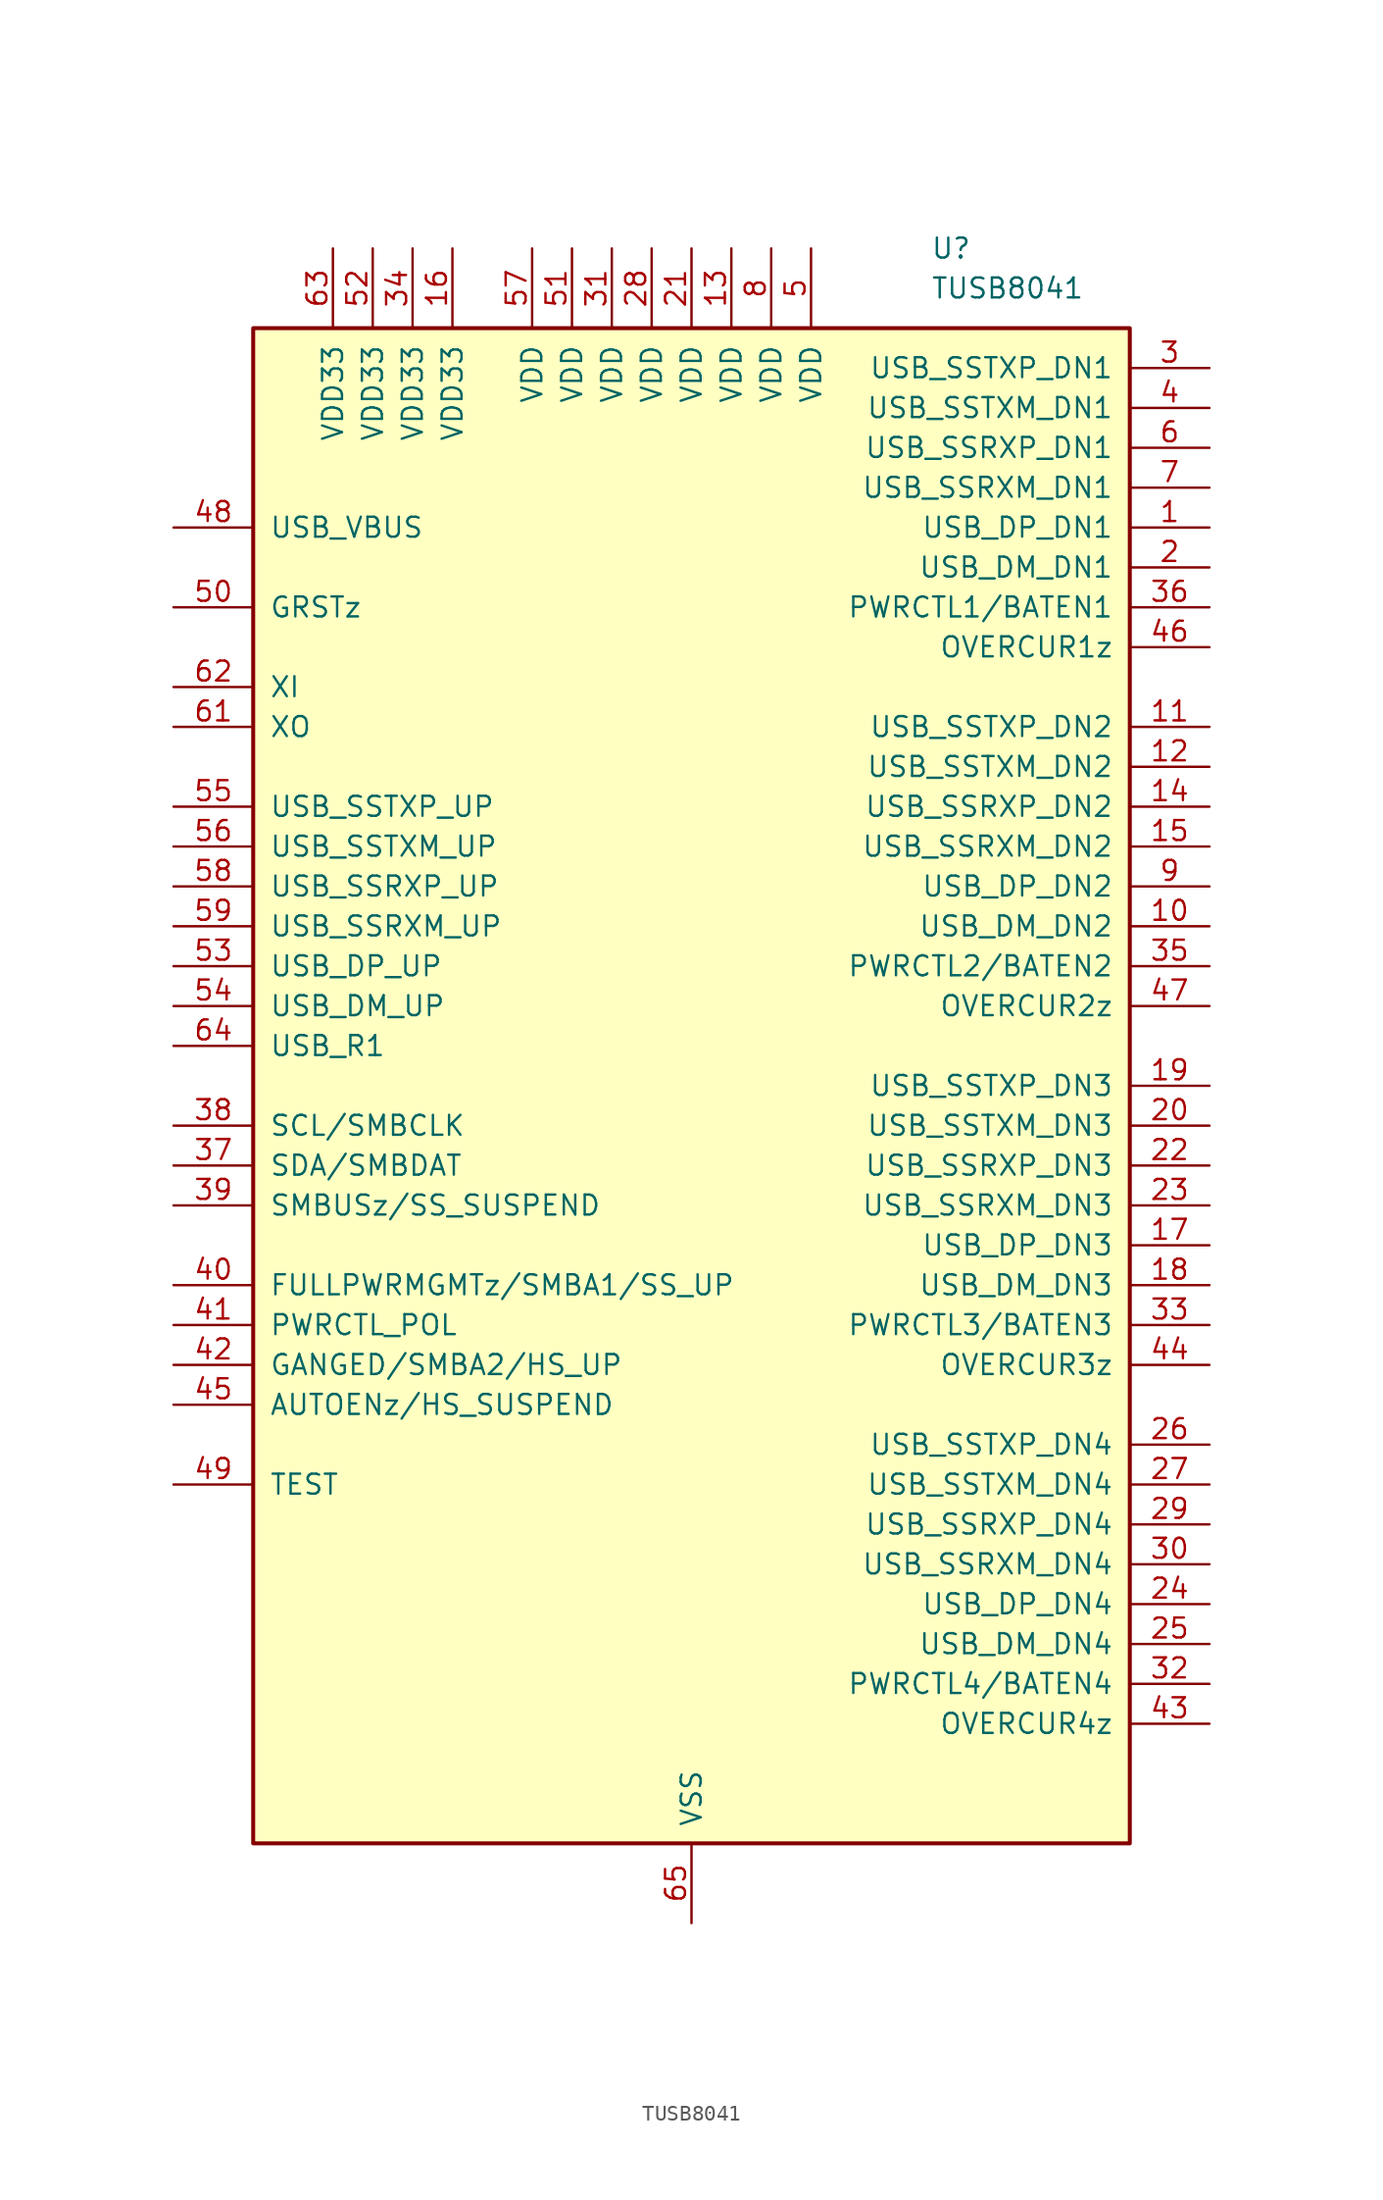
<source format=kicad_sym>
(kicad_symbol_lib
  (version 20220914)
  (generator kicad_symbol_editor)
  (symbol "TUSB8041"
    (pin_names
      (offset 1.016))
    (property "Reference" "U"
      (at 15.24 53.34 0)
      (effects (font (size 1.27 1.27)) (justify left)))
    (property "Value" "TUSB8041"
      (at 15.24 50.8 0)
      (effects (font (size 1.27 1.27)) (justify left)))
    (symbol "TUSB8041_0_1"
      (rectangle (start -27.94 48.26) (end 27.94 -48.26) (stroke (width 0.254) (type default)) (fill (type background))))
    (symbol "TUSB8041_1_1"
      (pin bidirectional line (at 33.02 35.56 180) (length 5.08) (name "USB_DP_DN1" (effects (font (size 1.27 1.27)))) (number "1" (effects (font (size 1.27 1.27)))))
      (pin bidirectional line (at 33.02 10.16 180) (length 5.08) (name "USB_DM_DN2" (effects (font (size 1.27 1.27)))) (number "10" (effects (font (size 1.27 1.27)))))
      (pin output line (at 33.02 22.86 180) (length 5.08) (name "USB_SSTXP_DN2" (effects (font (size 1.27 1.27)))) (number "11" (effects (font (size 1.27 1.27)))))
      (pin output line (at 33.02 20.32 180) (length 5.08) (name "USB_SSTXM_DN2" (effects (font (size 1.27 1.27)))) (number "12" (effects (font (size 1.27 1.27)))))
      (pin power_in line (at 2.54 53.34 270) (length 5.08) (name "VDD" (effects (font (size 1.27 1.27)))) (number "13" (effects (font (size 1.27 1.27)))))
      (pin input line (at 33.02 17.78 180) (length 5.08) (name "USB_SSRXP_DN2" (effects (font (size 1.27 1.27)))) (number "14" (effects (font (size 1.27 1.27)))))
      (pin input line (at 33.02 15.24 180) (length 5.08) (name "USB_SSRXM_DN2" (effects (font (size 1.27 1.27)))) (number "15" (effects (font (size 1.27 1.27)))))
      (pin power_in line (at -15.24 53.34 270) (length 5.08) (name "VDD33" (effects (font (size 1.27 1.27)))) (number "16" (effects (font (size 1.27 1.27)))))
      (pin bidirectional line (at 33.02 -10.16 180) (length 5.08) (name "USB_DP_DN3" (effects (font (size 1.27 1.27)))) (number "17" (effects (font (size 1.27 1.27)))))
      (pin bidirectional line (at 33.02 -12.7 180) (length 5.08) (name "USB_DM_DN3" (effects (font (size 1.27 1.27)))) (number "18" (effects (font (size 1.27 1.27)))))
      (pin output line (at 33.02 0 180) (length 5.08) (name "USB_SSTXP_DN3" (effects (font (size 1.27 1.27)))) (number "19" (effects (font (size 1.27 1.27)))))
      (pin bidirectional line (at 33.02 33.02 180) (length 5.08) (name "USB_DM_DN1" (effects (font (size 1.27 1.27)))) (number "2" (effects (font (size 1.27 1.27)))))
      (pin output line (at 33.02 -2.54 180) (length 5.08) (name "USB_SSTXM_DN3" (effects (font (size 1.27 1.27)))) (number "20" (effects (font (size 1.27 1.27)))))
      (pin power_in line (at 0 53.34 270) (length 5.08) (name "VDD" (effects (font (size 1.27 1.27)))) (number "21" (effects (font (size 1.27 1.27)))))
      (pin input line (at 33.02 -5.08 180) (length 5.08) (name "USB_SSRXP_DN3" (effects (font (size 1.27 1.27)))) (number "22" (effects (font (size 1.27 1.27)))))
      (pin input line (at 33.02 -7.62 180) (length 5.08) (name "USB_SSRXM_DN3" (effects (font (size 1.27 1.27)))) (number "23" (effects (font (size 1.27 1.27)))))
      (pin bidirectional line (at 33.02 -33.02 180) (length 5.08) (name "USB_DP_DN4" (effects (font (size 1.27 1.27)))) (number "24" (effects (font (size 1.27 1.27)))))
      (pin bidirectional line (at 33.02 -35.56 180) (length 5.08) (name "USB_DM_DN4" (effects (font (size 1.27 1.27)))) (number "25" (effects (font (size 1.27 1.27)))))
      (pin output line (at 33.02 -22.86 180) (length 5.08) (name "USB_SSTXP_DN4" (effects (font (size 1.27 1.27)))) (number "26" (effects (font (size 1.27 1.27)))))
      (pin output line (at 33.02 -25.4 180) (length 5.08) (name "USB_SSTXM_DN4" (effects (font (size 1.27 1.27)))) (number "27" (effects (font (size 1.27 1.27)))))
      (pin power_in line (at -2.54 53.34 270) (length 5.08) (name "VDD" (effects (font (size 1.27 1.27)))) (number "28" (effects (font (size 1.27 1.27)))))
      (pin input line (at 33.02 -27.94 180) (length 5.08) (name "USB_SSRXP_DN4" (effects (font (size 1.27 1.27)))) (number "29" (effects (font (size 1.27 1.27)))))
      (pin output line (at 33.02 45.72 180) (length 5.08) (name "USB_SSTXP_DN1" (effects (font (size 1.27 1.27)))) (number "3" (effects (font (size 1.27 1.27)))))
      (pin input line (at 33.02 -30.48 180) (length 5.08) (name "USB_SSRXM_DN4" (effects (font (size 1.27 1.27)))) (number "30" (effects (font (size 1.27 1.27)))))
      (pin power_in line (at -5.08 53.34 270) (length 5.08) (name "VDD" (effects (font (size 1.27 1.27)))) (number "31" (effects (font (size 1.27 1.27)))))
      (pin bidirectional line (at 33.02 -38.1 180) (length 5.08) (name "PWRCTL4/BATEN4" (effects (font (size 1.27 1.27)))) (number "32" (effects (font (size 1.27 1.27)))))
      (pin bidirectional line (at 33.02 -15.24 180) (length 5.08) (name "PWRCTL3/BATEN3" (effects (font (size 1.27 1.27)))) (number "33" (effects (font (size 1.27 1.27)))))
      (pin power_in line (at -17.78 53.34 270) (length 5.08) (name "VDD33" (effects (font (size 1.27 1.27)))) (number "34" (effects (font (size 1.27 1.27)))))
      (pin bidirectional line (at 33.02 7.62 180) (length 5.08) (name "PWRCTL2/BATEN2" (effects (font (size 1.27 1.27)))) (number "35" (effects (font (size 1.27 1.27)))))
      (pin bidirectional line (at 33.02 30.48 180) (length 5.08) (name "PWRCTL1/BATEN1" (effects (font (size 1.27 1.27)))) (number "36" (effects (font (size 1.27 1.27)))))
      (pin bidirectional line (at -33.02 -5.08 0) (length 5.08) (name "SDA/SMBDAT" (effects (font (size 1.27 1.27)))) (number "37" (effects (font (size 1.27 1.27)))))
      (pin bidirectional line (at -33.02 -2.54 0) (length 5.08) (name "SCL/SMBCLK" (effects (font (size 1.27 1.27)))) (number "38" (effects (font (size 1.27 1.27)))))
      (pin bidirectional line (at -33.02 -7.62 0) (length 5.08) (name "SMBUSz/SS_SUSPEND" (effects (font (size 1.27 1.27)))) (number "39" (effects (font (size 1.27 1.27)))))
      (pin output line (at 33.02 43.18 180) (length 5.08) (name "USB_SSTXM_DN1" (effects (font (size 1.27 1.27)))) (number "4" (effects (font (size 1.27 1.27)))))
      (pin bidirectional line (at -33.02 -12.7 0) (length 5.08) (name "FULLPWRMGMTz/SMBA1/SS_UP" (effects (font (size 1.27 1.27)))) (number "40" (effects (font (size 1.27 1.27)))))
      (pin bidirectional line (at -33.02 -15.24 0) (length 5.08) (name "PWRCTL_POL" (effects (font (size 1.27 1.27)))) (number "41" (effects (font (size 1.27 1.27)))))
      (pin bidirectional line (at -33.02 -17.78 0) (length 5.08) (name "GANGED/SMBA2/HS_UP" (effects (font (size 1.27 1.27)))) (number "42" (effects (font (size 1.27 1.27)))))
      (pin input line (at 33.02 -40.64 180) (length 5.08) (name "OVERCUR4z" (effects (font (size 1.27 1.27)))) (number "43" (effects (font (size 1.27 1.27)))))
      (pin input line (at 33.02 -17.78 180) (length 5.08) (name "OVERCUR3z" (effects (font (size 1.27 1.27)))) (number "44" (effects (font (size 1.27 1.27)))))
      (pin bidirectional line (at -33.02 -20.32 0) (length 5.08) (name "AUTOENz/HS_SUSPEND" (effects (font (size 1.27 1.27)))) (number "45" (effects (font (size 1.27 1.27)))))
      (pin input line (at 33.02 27.94 180) (length 5.08) (name "OVERCUR1z" (effects (font (size 1.27 1.27)))) (number "46" (effects (font (size 1.27 1.27)))))
      (pin input line (at 33.02 5.08 180) (length 5.08) (name "OVERCUR2z" (effects (font (size 1.27 1.27)))) (number "47" (effects (font (size 1.27 1.27)))))
      (pin input line (at -33.02 35.56 0) (length 5.08) (name "USB_VBUS" (effects (font (size 1.27 1.27)))) (number "48" (effects (font (size 1.27 1.27)))))
      (pin input line (at -33.02 -25.4 0) (length 5.08) (name "TEST" (effects (font (size 1.27 1.27)))) (number "49" (effects (font (size 1.27 1.27)))))
      (pin power_in line (at 7.62 53.34 270) (length 5.08) (name "VDD" (effects (font (size 1.27 1.27)))) (number "5" (effects (font (size 1.27 1.27)))))
      (pin input line (at -33.02 30.48 0) (length 5.08) (name "GRSTz" (effects (font (size 1.27 1.27)))) (number "50" (effects (font (size 1.27 1.27)))))
      (pin power_in line (at -7.62 53.34 270) (length 5.08) (name "VDD" (effects (font (size 1.27 1.27)))) (number "51" (effects (font (size 1.27 1.27)))))
      (pin power_in line (at -20.32 53.34 270) (length 5.08) (name "VDD33" (effects (font (size 1.27 1.27)))) (number "52" (effects (font (size 1.27 1.27)))))
      (pin bidirectional line (at -33.02 7.62 0) (length 5.08) (name "USB_DP_UP" (effects (font (size 1.27 1.27)))) (number "53" (effects (font (size 1.27 1.27)))))
      (pin bidirectional line (at -33.02 5.08 0) (length 5.08) (name "USB_DM_UP" (effects (font (size 1.27 1.27)))) (number "54" (effects (font (size 1.27 1.27)))))
      (pin output line (at -33.02 17.78 0) (length 5.08) (name "USB_SSTXP_UP" (effects (font (size 1.27 1.27)))) (number "55" (effects (font (size 1.27 1.27)))))
      (pin output line (at -33.02 15.24 0) (length 5.08) (name "USB_SSTXM_UP" (effects (font (size 1.27 1.27)))) (number "56" (effects (font (size 1.27 1.27)))))
      (pin power_in line (at -10.16 53.34 270) (length 5.08) (name "VDD" (effects (font (size 1.27 1.27)))) (number "57" (effects (font (size 1.27 1.27)))))
      (pin input line (at -33.02 12.7 0) (length 5.08) (name "USB_SSRXP_UP" (effects (font (size 1.27 1.27)))) (number "58" (effects (font (size 1.27 1.27)))))
      (pin input line (at -33.02 10.16 0) (length 5.08) (name "USB_SSRXM_UP" (effects (font (size 1.27 1.27)))) (number "59" (effects (font (size 1.27 1.27)))))
      (pin input line (at 33.02 40.64 180) (length 5.08) (name "USB_SSRXP_DN1" (effects (font (size 1.27 1.27)))) (number "6" (effects (font (size 1.27 1.27)))))
      (pin no_connect line (at 27.94 -45.72 180) (length 5.08) hide (name "NC" (effects (font (size 1.27 1.27)))) (number "60" (effects (font (size 1.27 1.27)))))
      (pin output line (at -33.02 22.86 0) (length 5.08) (name "XO" (effects (font (size 1.27 1.27)))) (number "61" (effects (font (size 1.27 1.27)))))
      (pin input line (at -33.02 25.4 0) (length 5.08) (name "XI" (effects (font (size 1.27 1.27)))) (number "62" (effects (font (size 1.27 1.27)))))
      (pin power_in line (at -22.86 53.34 270) (length 5.08) (name "VDD33" (effects (font (size 1.27 1.27)))) (number "63" (effects (font (size 1.27 1.27)))))
      (pin input line (at -33.02 2.54 0) (length 5.08) (name "USB_R1" (effects (font (size 1.27 1.27)))) (number "64" (effects (font (size 1.27 1.27)))))
      (pin power_in line (at 0 -53.34 90) (length 5.08) (name "VSS" (effects (font (size 1.27 1.27)))) (number "65" (effects (font (size 1.27 1.27)))))
      (pin input line (at 33.02 38.1 180) (length 5.08) (name "USB_SSRXM_DN1" (effects (font (size 1.27 1.27)))) (number "7" (effects (font (size 1.27 1.27)))))
      (pin power_in line (at 5.08 53.34 270) (length 5.08) (name "VDD" (effects (font (size 1.27 1.27)))) (number "8" (effects (font (size 1.27 1.27)))))
      (pin bidirectional line (at 33.02 12.7 180) (length 5.08) (name "USB_DP_DN2" (effects (font (size 1.27 1.27)))) (number "9" (effects (font (size 1.27 1.27))))))))
</source>
